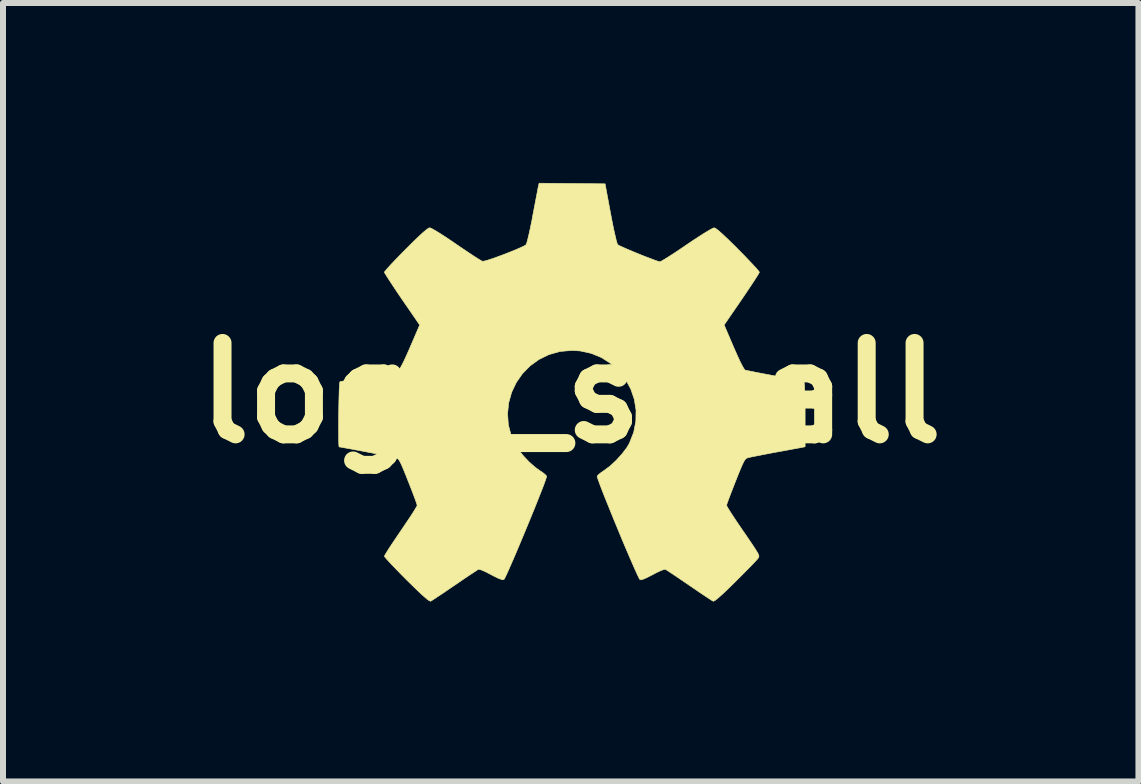
<source format=kicad_pcb>
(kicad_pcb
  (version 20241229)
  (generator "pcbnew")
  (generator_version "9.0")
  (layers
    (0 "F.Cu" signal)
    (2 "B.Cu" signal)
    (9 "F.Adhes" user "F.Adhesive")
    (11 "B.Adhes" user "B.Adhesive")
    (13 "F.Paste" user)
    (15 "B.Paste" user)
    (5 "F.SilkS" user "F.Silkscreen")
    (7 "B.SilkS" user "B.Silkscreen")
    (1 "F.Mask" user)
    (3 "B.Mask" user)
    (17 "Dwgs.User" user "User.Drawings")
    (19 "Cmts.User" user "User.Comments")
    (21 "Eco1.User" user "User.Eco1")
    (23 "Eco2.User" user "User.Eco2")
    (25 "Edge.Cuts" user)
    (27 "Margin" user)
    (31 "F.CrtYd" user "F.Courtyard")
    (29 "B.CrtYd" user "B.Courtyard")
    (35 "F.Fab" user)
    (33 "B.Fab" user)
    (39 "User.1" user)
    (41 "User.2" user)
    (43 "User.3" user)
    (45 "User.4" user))
  (footprint "logo_small"
    (layer "F.Cu")
    (at 6.466 3.503)
    (property "Reference" "logo_small" (at 0 0 0) (layer "F.SilkS") (effects (font (size 1.524 1.524) (thickness 0.3))))
    (attr through_hole)
    (fp_poly (pts (xy 0.573 -3.488) (xy 0.665 -2.992) (xy 0.693 -2.847) (xy 0.719 -2.72) (xy 0.743 -2.614) (xy 0.762 -2.534) (xy 0.777 -2.486) (xy 0.784 -2.473) (xy 0.811 -2.457) (xy 0.868 -2.431) (xy 0.946 -2.397) (xy 1.038 -2.358) (xy 1.138 -2.317) (xy 1.237 -2.277) (xy 1.33 -2.242) (xy 1.407 -2.213) (xy 1.462 -2.194) (xy 1.488 -2.188) (xy 1.512 -2.199) (xy 1.563 -2.229) (xy 1.637 -2.275) (xy 1.73 -2.335) (xy 1.835 -2.405) (xy 1.933 -2.472) (xy 2.047 -2.549) (xy 2.153 -2.618) (xy 2.245 -2.676) (xy 2.319 -2.72) (xy 2.369 -2.747) (xy 2.391 -2.755) (xy 2.417 -2.744) (xy 2.463 -2.709) (xy 2.531 -2.649) (xy 2.621 -2.564) (xy 2.736 -2.452) (xy 2.79 -2.397) (xy 2.886 -2.3) (xy 2.972 -2.21) (xy 3.045 -2.133) (xy 3.101 -2.072) (xy 3.135 -2.031) (xy 3.146 -2.015) (xy 3.135 -1.993) (xy 3.105 -1.944) (xy 3.058 -1.871) (xy 2.998 -1.78) (xy 2.927 -1.674) (xy 2.852 -1.563) (xy 2.558 -1.135) (xy 2.717 -0.763) (xy 2.775 -0.632) (xy 2.824 -0.525) (xy 2.865 -0.445) (xy 2.894 -0.397) (xy 2.908 -0.382) (xy 2.936 -0.376) (xy 2.996 -0.364) (xy 3.084 -0.346) (xy 3.192 -0.325) (xy 3.316 -0.302) (xy 3.404 -0.285) (xy 3.535 -0.26) (xy 3.653 -0.237) (xy 3.752 -0.217) (xy 3.828 -0.201) (xy 3.876 -0.19) (xy 3.888 -0.186) (xy 3.894 -0.162) (xy 3.899 -0.102) (xy 3.903 -0.007) (xy 3.906 0.121) (xy 3.908 0.279) (xy 3.908 0.361) (xy 3.908 0.896) (xy 3.854 0.907) (xy 3.818 0.914) (xy 3.751 0.926) (xy 3.66 0.943) (xy 3.551 0.963) (xy 3.43 0.985) (xy 3.419 0.987) (xy 3.297 1.01) (xy 3.184 1.032) (xy 3.087 1.051) (xy 3.013 1.066) (xy 2.97 1.075) (xy 2.969 1.075) (xy 2.945 1.082) (xy 2.925 1.093) (xy 2.907 1.111) (xy 2.887 1.143) (xy 2.863 1.192) (xy 2.832 1.264) (xy 2.791 1.364) (xy 2.749 1.47) (xy 2.704 1.585) (xy 2.664 1.688) (xy 2.632 1.773) (xy 2.609 1.836) (xy 2.599 1.87) (xy 2.599 1.873) (xy 2.609 1.896) (xy 2.639 1.947) (xy 2.685 2.019) (xy 2.744 2.109) (xy 2.813 2.211) (xy 2.851 2.267) (xy 2.941 2.397) (xy 3.01 2.499) (xy 3.062 2.577) (xy 3.098 2.634) (xy 3.122 2.674) (xy 3.134 2.702) (xy 3.138 2.721) (xy 3.135 2.736) (xy 3.129 2.749) (xy 3.128 2.75) (xy 3.11 2.773) (xy 3.067 2.819) (xy 3.005 2.884) (xy 2.926 2.964) (xy 2.836 3.055) (xy 2.757 3.134) (xy 2.632 3.257) (xy 2.532 3.352) (xy 2.457 3.419) (xy 2.406 3.459) (xy 2.378 3.472) (xy 2.376 3.472) (xy 2.352 3.458) (xy 2.301 3.425) (xy 2.227 3.376) (xy 2.136 3.315) (xy 2.034 3.245) (xy 1.975 3.205) (xy 1.868 3.132) (xy 1.77 3.065) (xy 1.687 3.01) (xy 1.624 2.968) (xy 1.586 2.944) (xy 1.577 2.939) (xy 1.549 2.944) (xy 1.496 2.964) (xy 1.426 2.997) (xy 1.366 3.029) (xy 1.268 3.079) (xy 1.2 3.108) (xy 1.161 3.114) (xy 1.155 3.112) (xy 1.141 3.09) (xy 1.115 3.037) (xy 1.078 2.956) (xy 1.032 2.852) (xy 0.979 2.73) (xy 0.92 2.593) (xy 0.858 2.446) (xy 0.795 2.293) (xy 0.731 2.139) (xy 0.67 1.989) (xy 0.612 1.845) (xy 0.559 1.714) (xy 0.514 1.599) (xy 0.479 1.505) (xy 0.454 1.435) (xy 0.441 1.395) (xy 0.441 1.387) (xy 0.462 1.362) (xy 0.506 1.326) (xy 0.559 1.29) (xy 0.657 1.217) (xy 0.759 1.122) (xy 0.854 1.017) (xy 0.934 0.913) (xy 0.977 0.84) (xy 1.05 0.656) (xy 1.086 0.469) (xy 1.089 0.284) (xy 1.06 0.104) (xy 1.001 -0.067) (xy 0.915 -0.226) (xy 0.804 -0.368) (xy 0.67 -0.49) (xy 0.515 -0.59) (xy 0.343 -0.661) (xy 0.155 -0.702) (xy 0.02 -0.71) (xy -0.179 -0.693) (xy -0.362 -0.641) (xy -0.529 -0.56) (xy -0.677 -0.453) (xy -0.804 -0.324) (xy -0.907 -0.176) (xy -0.985 -0.013) (xy -1.034 0.162) (xy -1.053 0.344) (xy -1.04 0.53) (xy -0.991 0.716) (xy -0.938 0.84) (xy -0.877 0.939) (xy -0.791 1.046) (xy -0.693 1.15) (xy -0.59 1.24) (xy -0.521 1.29) (xy -0.463 1.329) (xy -0.42 1.365) (xy -0.402 1.387) (xy -0.407 1.411) (xy -0.426 1.467) (xy -0.456 1.549) (xy -0.497 1.654) (xy -0.546 1.778) (xy -0.601 1.916) (xy -0.661 2.063) (xy -0.724 2.216) (xy -0.788 2.37) (xy -0.851 2.52) (xy -0.911 2.663) (xy -0.967 2.793) (xy -1.017 2.907) (xy -1.058 3) (xy -1.09 3.067) (xy -1.11 3.105) (xy -1.116 3.112) (xy -1.146 3.112) (xy -1.206 3.09) (xy -1.295 3.046) (xy -1.327 3.029) (xy -1.404 2.989) (xy -1.471 2.958) (xy -1.519 2.941) (xy -1.537 2.939) (xy -1.561 2.953) (xy -1.611 2.986) (xy -1.684 3.034) (xy -1.775 3.095) (xy -1.877 3.165) (xy -1.936 3.205) (xy -2.043 3.278) (xy -2.141 3.345) (xy -2.225 3.4) (xy -2.288 3.442) (xy -2.328 3.467) (xy -2.337 3.472) (xy -2.359 3.463) (xy -2.405 3.429) (xy -2.475 3.368) (xy -2.569 3.279) (xy -2.688 3.163) (xy -2.737 3.115) (xy -2.835 3.016) (xy -2.923 2.925) (xy -2.998 2.847) (xy -3.056 2.784) (xy -3.094 2.741) (xy -3.107 2.721) (xy -3.096 2.699) (xy -3.066 2.649) (xy -3.02 2.576) (xy -2.96 2.486) (xy -2.89 2.382) (xy -2.833 2.298) (xy -2.758 2.187) (xy -2.69 2.086) (xy -2.633 1.999) (xy -2.591 1.931) (xy -2.566 1.888) (xy -2.56 1.873) (xy -2.567 1.848) (xy -2.586 1.792) (xy -2.616 1.712) (xy -2.654 1.612) (xy -2.698 1.5) (xy -2.71 1.47) (xy -2.76 1.344) (xy -2.799 1.25) (xy -2.828 1.182) (xy -2.852 1.136) (xy -2.871 1.107) (xy -2.89 1.09) (xy -2.91 1.081) (xy -2.93 1.075) (xy -2.962 1.068) (xy -3.025 1.055) (xy -3.111 1.038) (xy -3.214 1.018) (xy -3.328 0.997) (xy -3.445 0.974) (xy -3.559 0.953) (xy -3.664 0.933) (xy -3.753 0.917) (xy -3.819 0.905) (xy -3.856 0.899) (xy -3.861 0.899) (xy -3.865 0.88) (xy -3.868 0.829) (xy -3.869 0.75) (xy -3.87 0.651) (xy -3.87 0.537) (xy -3.869 0.414) (xy -3.868 0.288) (xy -3.866 0.165) (xy -3.863 0.052) (xy -3.86 -0.046) (xy -3.856 -0.122) (xy -3.852 -0.17) (xy -3.849 -0.186) (xy -3.825 -0.193) (xy -3.768 -0.205) (xy -3.684 -0.223) (xy -3.578 -0.244) (xy -3.455 -0.268) (xy -3.365 -0.285) (xy -3.234 -0.31) (xy -3.115 -0.333) (xy -3.013 -0.353) (xy -2.934 -0.368) (xy -2.884 -0.379) (xy -2.869 -0.382) (xy -2.85 -0.404) (xy -2.819 -0.459) (xy -2.776 -0.544) (xy -2.725 -0.656) (xy -2.678 -0.763) (xy -2.518 -1.135) (xy -2.813 -1.563) (xy -2.891 -1.678) (xy -2.961 -1.783) (xy -3.021 -1.874) (xy -3.067 -1.946) (xy -3.097 -1.994) (xy -3.107 -2.015) (xy -3.093 -2.035) (xy -3.056 -2.078) (xy -2.998 -2.142) (xy -2.924 -2.22) (xy -2.836 -2.311) (xy -2.751 -2.397) (xy -2.629 -2.519) (xy -2.531 -2.613) (xy -2.456 -2.682) (xy -2.401 -2.727) (xy -2.365 -2.751) (xy -2.35 -2.755) (xy -2.321 -2.744) (xy -2.265 -2.713) (xy -2.185 -2.664) (xy -2.087 -2.601) (xy -1.975 -2.526) (xy -1.91 -2.481) (xy -1.798 -2.405) (xy -1.695 -2.336) (xy -1.606 -2.277) (xy -1.535 -2.232) (xy -1.487 -2.204) (xy -1.471 -2.196) (xy -1.441 -2.2) (xy -1.382 -2.216) (xy -1.301 -2.242) (xy -1.207 -2.276) (xy -1.105 -2.314) (xy -1.004 -2.354) (xy -0.91 -2.392) (xy -0.83 -2.427) (xy -0.772 -2.455) (xy -0.745 -2.473) (xy -0.734 -2.498) (xy -0.718 -2.557) (xy -0.697 -2.644) (xy -0.673 -2.753) (xy -0.647 -2.88) (xy -0.634 -2.953) (xy -0.609 -3.084) (xy -0.586 -3.204) (xy -0.566 -3.307) (xy -0.551 -3.388) (xy -0.541 -3.439) (xy -0.537 -3.454) (xy -0.527 -3.498) (xy 0.573 -3.488)) (stroke (width 0.01) (type solid)) (fill yes) (layer "F.SilkS")))
  (gr_rect
    (start -3 -3)
    (end 15.932 9.98)
    (stroke (width 0.1) (type default))
    (fill no)
    (layer "Edge.Cuts")))
</source>
